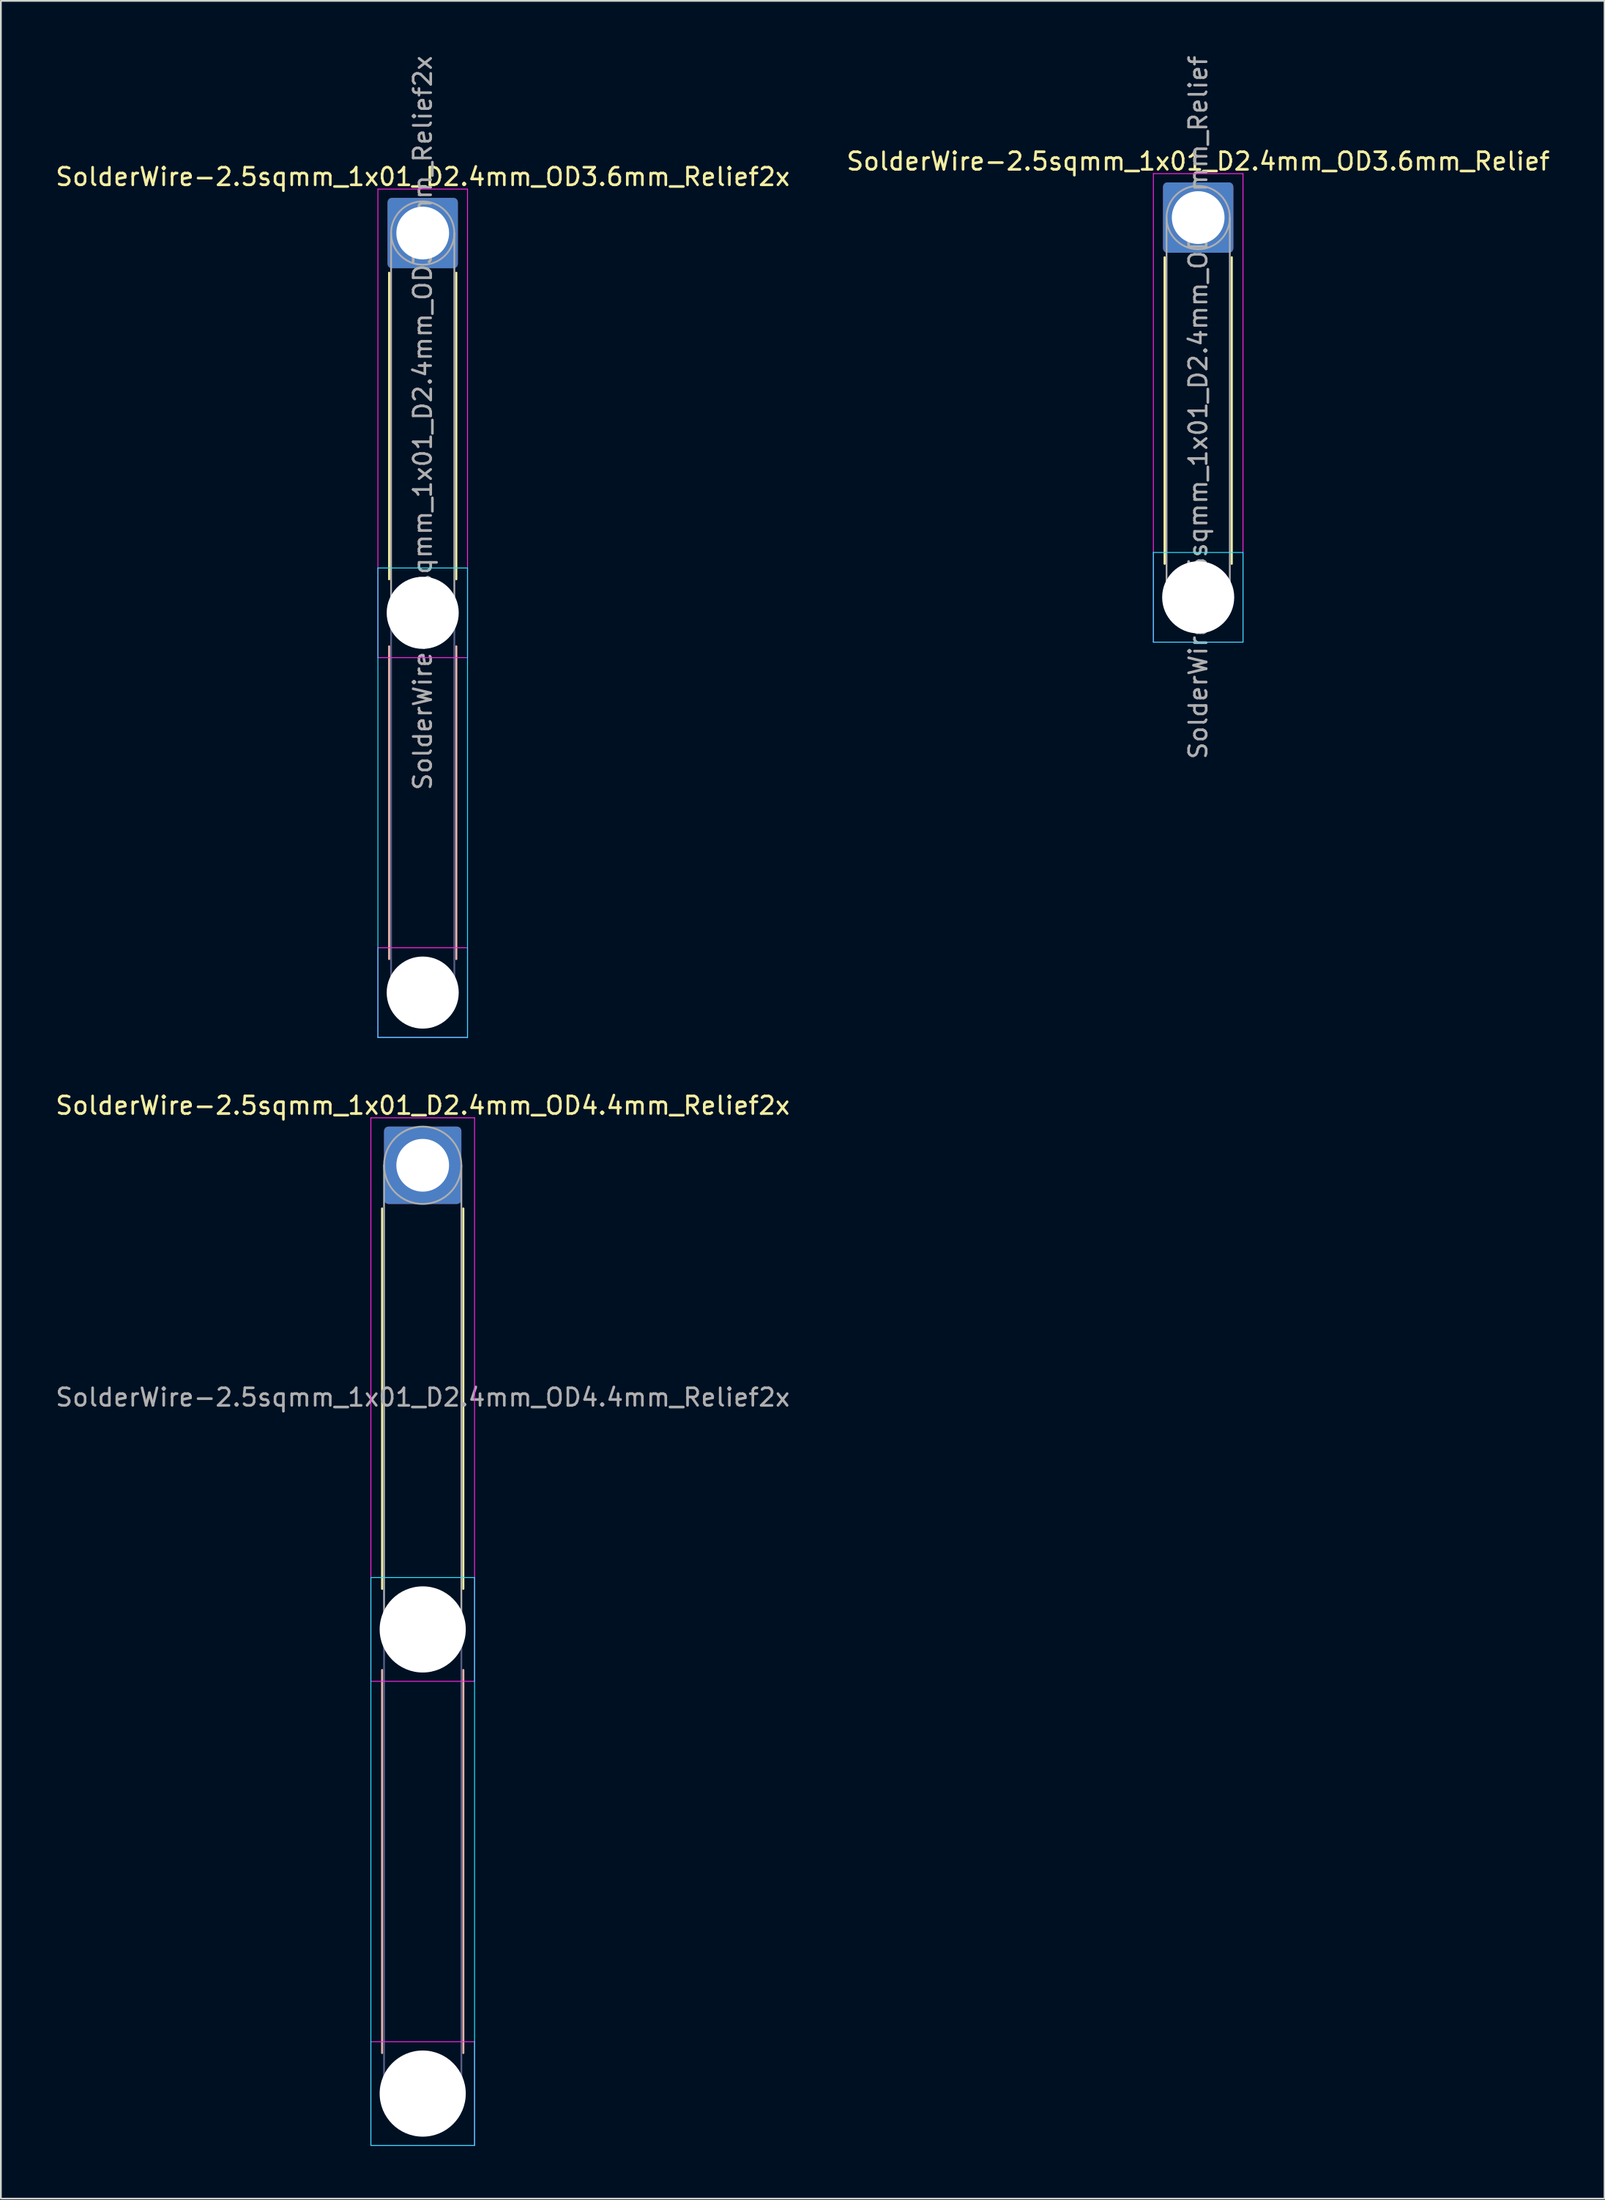
<source format=kicad_pcb>
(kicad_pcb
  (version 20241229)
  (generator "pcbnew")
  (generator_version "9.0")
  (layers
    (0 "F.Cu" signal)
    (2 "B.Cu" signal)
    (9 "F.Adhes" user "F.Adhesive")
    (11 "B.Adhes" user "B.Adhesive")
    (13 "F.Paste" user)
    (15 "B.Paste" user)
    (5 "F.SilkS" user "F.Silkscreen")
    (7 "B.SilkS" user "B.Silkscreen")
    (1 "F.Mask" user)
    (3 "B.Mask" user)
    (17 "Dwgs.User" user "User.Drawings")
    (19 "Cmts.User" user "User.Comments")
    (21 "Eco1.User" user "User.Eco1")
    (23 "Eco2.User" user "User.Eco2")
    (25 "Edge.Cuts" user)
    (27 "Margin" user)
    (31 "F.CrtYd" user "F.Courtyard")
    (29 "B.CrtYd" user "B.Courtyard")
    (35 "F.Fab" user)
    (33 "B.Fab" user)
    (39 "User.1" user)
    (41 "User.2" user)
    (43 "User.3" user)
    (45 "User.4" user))
  (footprint "SolderWire-2.5sqmm_1x01_D2.4mm_OD3.6mm_Relief2x"
    (layer "F.Cu")
    (at 21.006 10.206)
    (property "Reference" "SolderWire-2.5sqmm_1x01_D2.4mm_OD3.6mm_Relief2x" (at 0 -3.2 0) (layer "F.SilkS") (effects (font (size 1 1) (thickness 0.15))))
    (attr exclude_from_pos_files exclude_from_bom)
    (fp_line (start -1.91 2.26) (end -1.91 19.69) (stroke (width 0.12) (type solid)) (layer "F.SilkS"))
    (fp_line (start 1.91 2.26) (end 1.91 19.69) (stroke (width 0.12) (type solid)) (layer "F.SilkS"))
    (fp_line (start -1.91 23.51) (end -1.91 41.29) (stroke (width 0.12) (type solid)) (layer "B.SilkS"))
    (fp_line (start 1.91 23.51) (end 1.91 41.29) (stroke (width 0.12) (type solid)) (layer "B.SilkS"))
    (fp_line (start -2.55 19.05) (end -2.55 45.75) (stroke (width 0.05) (type solid)) (layer "B.CrtYd"))
    (fp_line (start -2.55 45.75) (end 2.55 45.75) (stroke (width 0.05) (type solid)) (layer "B.CrtYd"))
    (fp_line (start 2.55 19.05) (end -2.55 19.05) (stroke (width 0.05) (type solid)) (layer "B.CrtYd"))
    (fp_line (start 2.55 45.75) (end 2.55 19.05) (stroke (width 0.05) (type solid)) (layer "B.CrtYd"))
    (fp_line (start -2.55 -2.5) (end -2.55 24.15) (stroke (width 0.05) (type solid)) (layer "F.CrtYd"))
    (fp_line (start -2.55 24.15) (end 2.55 24.15) (stroke (width 0.05) (type solid)) (layer "F.CrtYd"))
    (fp_line (start -2.55 40.65) (end -2.55 45.75) (stroke (width 0.05) (type solid)) (layer "F.CrtYd"))
    (fp_line (start -2.55 45.75) (end 2.55 45.75) (stroke (width 0.05) (type solid)) (layer "F.CrtYd"))
    (fp_line (start 2.55 -2.5) (end -2.55 -2.5) (stroke (width 0.05) (type solid)) (layer "F.CrtYd"))
    (fp_line (start 2.55 24.15) (end 2.55 -2.5) (stroke (width 0.05) (type solid)) (layer "F.CrtYd"))
    (fp_line (start 2.55 40.65) (end -2.55 40.65) (stroke (width 0.05) (type solid)) (layer "F.CrtYd"))
    (fp_line (start 2.55 45.75) (end 2.55 40.65) (stroke (width 0.05) (type solid)) (layer "F.CrtYd"))
    (fp_line (start -1.8 21.6) (end -1.8 43.2) (stroke (width 0.1) (type solid)) (layer "B.Fab"))
    (fp_line (start 1.8 21.6) (end 1.8 43.2) (stroke (width 0.1) (type solid)) (layer "B.Fab"))
    (fp_circle (center 0 21.6) (end 1.8 21.6) (stroke (width 0.1) (type solid)) (fill no) (layer "B.Fab"))
    (fp_circle (center 0 43.2) (end 1.8 43.2) (stroke (width 0.1) (type solid)) (fill no) (layer "B.Fab"))
    (fp_line (start -1.8 0) (end -1.8 21.6) (stroke (width 0.1) (type solid)) (layer "F.Fab"))
    (fp_line (start 1.8 0) (end 1.8 21.6) (stroke (width 0.1) (type solid)) (layer "F.Fab"))
    (fp_circle (center 0 0) (end 1.8 0) (stroke (width 0.1) (type solid)) (fill no) (layer "F.Fab"))
    (fp_circle (center 0 21.6) (end 1.8 21.6) (stroke (width 0.1) (type solid)) (fill no) (layer "F.Fab"))
    (fp_circle (center 0 43.2) (end 1.8 43.2) (stroke (width 0.1) (type solid)) (fill no) (layer "F.Fab"))
    (fp_text user "${REFERENCE}" (at 0 10.8 90) (layer "F.Fab") (effects (font (size 1 1) (thickness 0.15))))
    (pad "" np_thru_hole circle (at 0 21.6) (size 4.1 4.1) (drill 4.1) (layers "*.Cu" "*.Mask"))
    (pad "" np_thru_hole circle (at 0 43.2) (size 4.1 4.1) (drill 4.1) (layers "*.Cu" "*.Mask"))
    (pad "1" thru_hole roundrect (at 0 0) (size 4 4) (drill 3) (layers "*.Cu" "*.Mask") (roundrect_rratio 0.062)))
  (footprint "SolderWire-2.5sqmm_1x01_D2.4mm_OD3.6mm_Relief"
    (layer "F.Cu")
    (at 65.137 9.325)
    (property "Reference" "SolderWire-2.5sqmm_1x01_D2.4mm_OD3.6mm_Relief" (at 0 -3.2 0) (layer "F.SilkS") (effects (font (size 1 1) (thickness 0.15))))
    (attr exclude_from_pos_files exclude_from_bom)
    (fp_line (start -1.91 2.26) (end -1.91 19.69) (stroke (width 0.12) (type solid)) (layer "F.SilkS"))
    (fp_line (start 1.91 2.26) (end 1.91 19.69) (stroke (width 0.12) (type solid)) (layer "F.SilkS"))
    (fp_line (start -2.55 19.05) (end -2.55 24.15) (stroke (width 0.05) (type solid)) (layer "B.CrtYd"))
    (fp_line (start -2.55 24.15) (end 2.55 24.15) (stroke (width 0.05) (type solid)) (layer "B.CrtYd"))
    (fp_line (start 2.55 19.05) (end -2.55 19.05) (stroke (width 0.05) (type solid)) (layer "B.CrtYd"))
    (fp_line (start 2.55 24.15) (end 2.55 19.05) (stroke (width 0.05) (type solid)) (layer "B.CrtYd"))
    (fp_line (start -2.55 -2.5) (end -2.55 24.15) (stroke (width 0.05) (type solid)) (layer "F.CrtYd"))
    (fp_line (start -2.55 24.15) (end 2.55 24.15) (stroke (width 0.05) (type solid)) (layer "F.CrtYd"))
    (fp_line (start 2.55 -2.5) (end -2.55 -2.5) (stroke (width 0.05) (type solid)) (layer "F.CrtYd"))
    (fp_line (start 2.55 24.15) (end 2.55 -2.5) (stroke (width 0.05) (type solid)) (layer "F.CrtYd"))
    (fp_line (start -1.8 0) (end -1.8 21.6) (stroke (width 0.1) (type solid)) (layer "F.Fab"))
    (fp_line (start 1.8 0) (end 1.8 21.6) (stroke (width 0.1) (type solid)) (layer "F.Fab"))
    (fp_circle (center 0 0) (end 1.8 0) (stroke (width 0.1) (type solid)) (fill no) (layer "F.Fab"))
    (fp_circle (center 0 21.6) (end 1.8 21.6) (stroke (width 0.1) (type solid)) (fill no) (layer "F.Fab"))
    (fp_text user "${REFERENCE}" (at 0 10.8 90) (layer "F.Fab") (effects (font (size 1 1) (thickness 0.15))))
    (pad "" np_thru_hole circle (at 0 21.6) (size 4.1 4.1) (drill 4.1) (layers "*.Cu" "*.Mask"))
    (pad "1" thru_hole roundrect (at 0 0) (size 4 4) (drill 3) (layers "*.Cu" "*.Mask") (roundrect_rratio 0.062)))
  (footprint "SolderWire-2.5sqmm_1x01_D2.4mm_OD4.4mm_Relief2x"
    (layer "F.Cu")
    (at 21.006 63.229)
    (property "Reference" "SolderWire-2.5sqmm_1x01_D2.4mm_OD4.4mm_Relief2x" (at 0 -3.4 0) (layer "F.SilkS") (effects (font (size 1 1) (thickness 0.15))))
    (attr exclude_from_pos_files exclude_from_bom)
    (fp_line (start -2.31 2.46) (end -2.31 24.09) (stroke (width 0.12) (type solid)) (layer "F.SilkS"))
    (fp_line (start 2.31 2.46) (end 2.31 24.09) (stroke (width 0.12) (type solid)) (layer "F.SilkS"))
    (fp_line (start -2.31 28.71) (end -2.31 50.49) (stroke (width 0.12) (type solid)) (layer "B.SilkS"))
    (fp_line (start 2.31 28.71) (end 2.31 50.49) (stroke (width 0.12) (type solid)) (layer "B.SilkS"))
    (fp_line (start -2.95 23.45) (end -2.95 55.75) (stroke (width 0.05) (type solid)) (layer "B.CrtYd"))
    (fp_line (start -2.95 55.75) (end 2.95 55.75) (stroke (width 0.05) (type solid)) (layer "B.CrtYd"))
    (fp_line (start 2.95 23.45) (end -2.95 23.45) (stroke (width 0.05) (type solid)) (layer "B.CrtYd"))
    (fp_line (start 2.95 55.75) (end 2.95 23.45) (stroke (width 0.05) (type solid)) (layer "B.CrtYd"))
    (fp_line (start -2.95 -2.7) (end -2.95 29.35) (stroke (width 0.05) (type solid)) (layer "F.CrtYd"))
    (fp_line (start -2.95 29.35) (end 2.95 29.35) (stroke (width 0.05) (type solid)) (layer "F.CrtYd"))
    (fp_line (start -2.95 49.85) (end -2.95 55.75) (stroke (width 0.05) (type solid)) (layer "F.CrtYd"))
    (fp_line (start -2.95 55.75) (end 2.95 55.75) (stroke (width 0.05) (type solid)) (layer "F.CrtYd"))
    (fp_line (start 2.95 -2.7) (end -2.95 -2.7) (stroke (width 0.05) (type solid)) (layer "F.CrtYd"))
    (fp_line (start 2.95 29.35) (end 2.95 -2.7) (stroke (width 0.05) (type solid)) (layer "F.CrtYd"))
    (fp_line (start 2.95 49.85) (end -2.95 49.85) (stroke (width 0.05) (type solid)) (layer "F.CrtYd"))
    (fp_line (start 2.95 55.75) (end 2.95 49.85) (stroke (width 0.05) (type solid)) (layer "F.CrtYd"))
    (fp_line (start -2.2 26.4) (end -2.2 52.8) (stroke (width 0.1) (type solid)) (layer "B.Fab"))
    (fp_line (start 2.2 26.4) (end 2.2 52.8) (stroke (width 0.1) (type solid)) (layer "B.Fab"))
    (fp_circle (center 0 26.4) (end 2.2 26.4) (stroke (width 0.1) (type solid)) (fill no) (layer "B.Fab"))
    (fp_circle (center 0 52.8) (end 2.2 52.8) (stroke (width 0.1) (type solid)) (fill no) (layer "B.Fab"))
    (fp_line (start -2.2 0) (end -2.2 26.4) (stroke (width 0.1) (type solid)) (layer "F.Fab"))
    (fp_line (start 2.2 0) (end 2.2 26.4) (stroke (width 0.1) (type solid)) (layer "F.Fab"))
    (fp_circle (center 0 0) (end 2.2 0) (stroke (width 0.1) (type solid)) (fill no) (layer "F.Fab"))
    (fp_circle (center 0 26.4) (end 2.2 26.4) (stroke (width 0.1) (type solid)) (fill no) (layer "F.Fab"))
    (fp_circle (center 0 52.8) (end 2.2 52.8) (stroke (width 0.1) (type solid)) (fill no) (layer "F.Fab"))
    (fp_text user "${REFERENCE}" (at 0 13.2 0) (layer "F.Fab") (effects (font (size 1 1) (thickness 0.15))))
    (pad "" np_thru_hole circle (at 0 26.4) (size 4.9 4.9) (drill 4.9) (layers "*.Cu" "*.Mask"))
    (pad "" np_thru_hole circle (at 0 52.8) (size 4.9 4.9) (drill 4.9) (layers "*.Cu" "*.Mask"))
    (pad "1" thru_hole roundrect (at 0 0) (size 4.4 4.4) (drill 3) (layers "*.Cu" "*.Mask") (roundrect_rratio 0.057)))
  (gr_rect
    (start -3 -3)
    (end 88.262 122.004)
    (stroke (width 0.1) (type default))
    (fill no)
    (layer "Edge.Cuts")))
</source>
